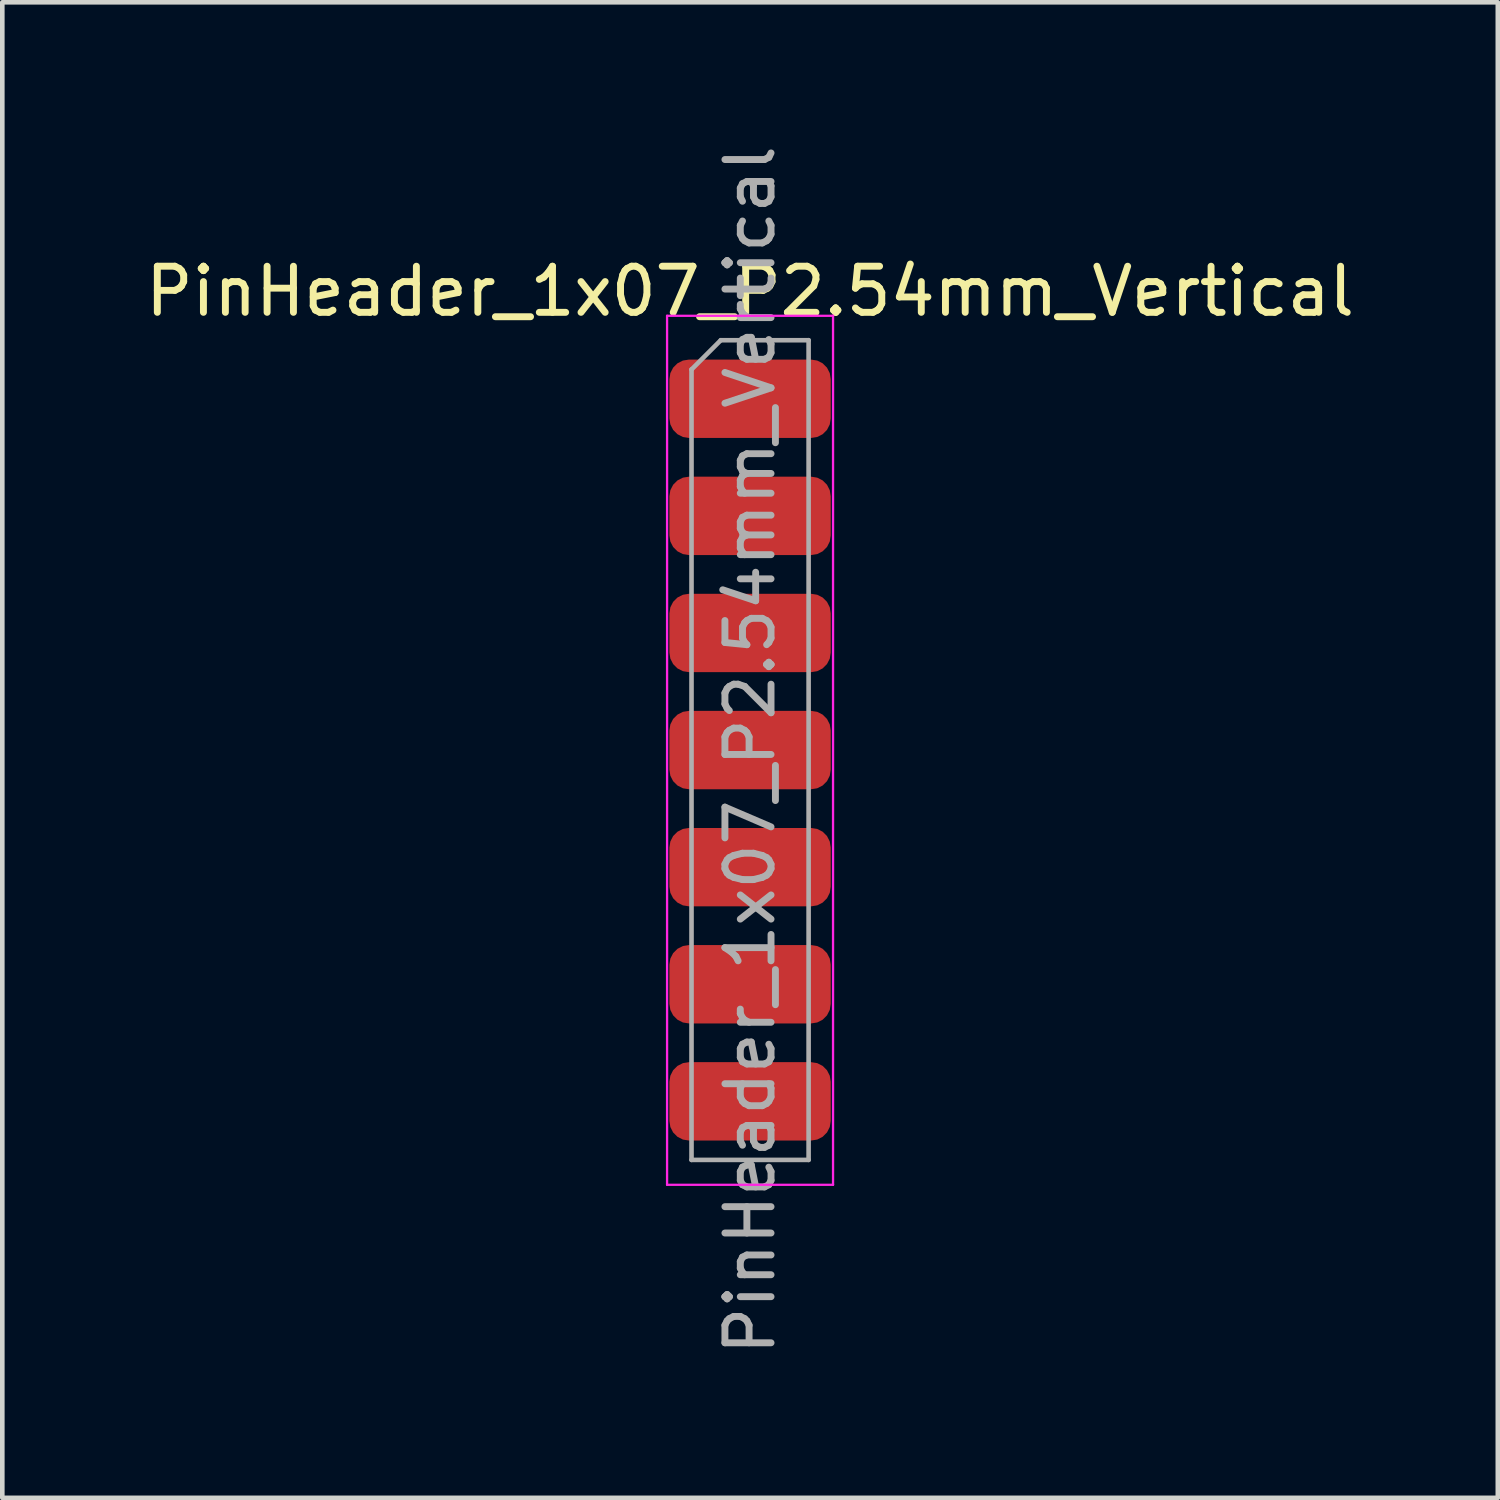
<source format=kicad_pcb>
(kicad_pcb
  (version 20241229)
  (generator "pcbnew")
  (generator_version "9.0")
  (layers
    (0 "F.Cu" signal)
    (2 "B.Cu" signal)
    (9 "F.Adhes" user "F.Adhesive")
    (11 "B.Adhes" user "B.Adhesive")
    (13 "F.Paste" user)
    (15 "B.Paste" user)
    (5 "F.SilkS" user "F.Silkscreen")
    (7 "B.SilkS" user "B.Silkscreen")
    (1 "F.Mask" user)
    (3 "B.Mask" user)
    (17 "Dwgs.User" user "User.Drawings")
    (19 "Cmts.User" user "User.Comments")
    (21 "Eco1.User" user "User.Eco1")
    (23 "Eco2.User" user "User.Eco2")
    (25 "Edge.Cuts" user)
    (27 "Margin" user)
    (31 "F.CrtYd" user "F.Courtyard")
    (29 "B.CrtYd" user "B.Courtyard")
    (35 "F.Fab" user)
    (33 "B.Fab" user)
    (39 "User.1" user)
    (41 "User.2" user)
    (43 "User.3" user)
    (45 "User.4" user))
  (footprint "PinHeader_1x07_P2.54mm_Vertical"
    (layer "F.Cu")
    (at 13.22 5.6)
    (property "Reference" "PinHeader_1x07_P2.54mm_Vertical" (at 0 -2.33 0) (layer "F.SilkS") (effects (font (size 1 1) (thickness 0.15))))
    (attr through_hole)
    (fp_line (start -1.8 -1.8) (end -1.8 17.05) (stroke (width 0.05) (type solid)) (layer "F.CrtYd"))
    (fp_line (start -1.8 17.05) (end 1.8 17.05) (stroke (width 0.05) (type solid)) (layer "F.CrtYd"))
    (fp_line (start 1.8 -1.8) (end -1.8 -1.8) (stroke (width 0.05) (type solid)) (layer "F.CrtYd"))
    (fp_line (start 1.8 17.05) (end 1.8 -1.8) (stroke (width 0.05) (type solid)) (layer "F.CrtYd"))
    (fp_line (start -1.27 -0.635) (end -0.635 -1.27) (stroke (width 0.1) (type solid)) (layer "F.Fab"))
    (fp_line (start -1.27 16.51) (end -1.27 -0.635) (stroke (width 0.1) (type solid)) (layer "F.Fab"))
    (fp_line (start -0.635 -1.27) (end 1.27 -1.27) (stroke (width 0.1) (type solid)) (layer "F.Fab"))
    (fp_line (start 1.27 -1.27) (end 1.27 16.51) (stroke (width 0.1) (type solid)) (layer "F.Fab"))
    (fp_line (start 1.27 16.51) (end -1.27 16.51) (stroke (width 0.1) (type solid)) (layer "F.Fab"))
    (fp_text user "${REFERENCE}" (at 0 7.62 90) (layer "F.Fab") (effects (font (size 1 1) (thickness 0.15))))
    (pad "1" smd roundrect (at 0 0) (size 3.5 1.7) (layers "F.Cu" "F.Mask" "F.Paste") (roundrect_rratio 0.25))
    (pad "2" smd roundrect (at 0 2.54) (size 3.5 1.7) (layers "F.Cu" "F.Mask" "F.Paste") (roundrect_rratio 0.25))
    (pad "3" smd roundrect (at 0 5.08) (size 3.5 1.7) (layers "F.Cu" "F.Mask" "F.Paste") (roundrect_rratio 0.25))
    (pad "4" smd roundrect (at 0 7.62) (size 3.5 1.7) (layers "F.Cu" "F.Mask" "F.Paste") (roundrect_rratio 0.25))
    (pad "5" smd roundrect (at 0 10.16) (size 3.5 1.7) (layers "F.Cu" "F.Mask" "F.Paste") (roundrect_rratio 0.25))
    (pad "6" smd roundrect (at 0 12.7) (size 3.5 1.7) (layers "F.Cu" "F.Mask" "F.Paste") (roundrect_rratio 0.25))
    (pad "7" smd roundrect (at 0 15.24) (size 3.5 1.7) (layers "F.Cu" "F.Mask" "F.Paste") (roundrect_rratio 0.25)))
  (gr_rect
    (start -3 -3)
    (end 29.44 29.44)
    (stroke (width 0.1) (type default))
    (fill no)
    (layer "Edge.Cuts")))
</source>
